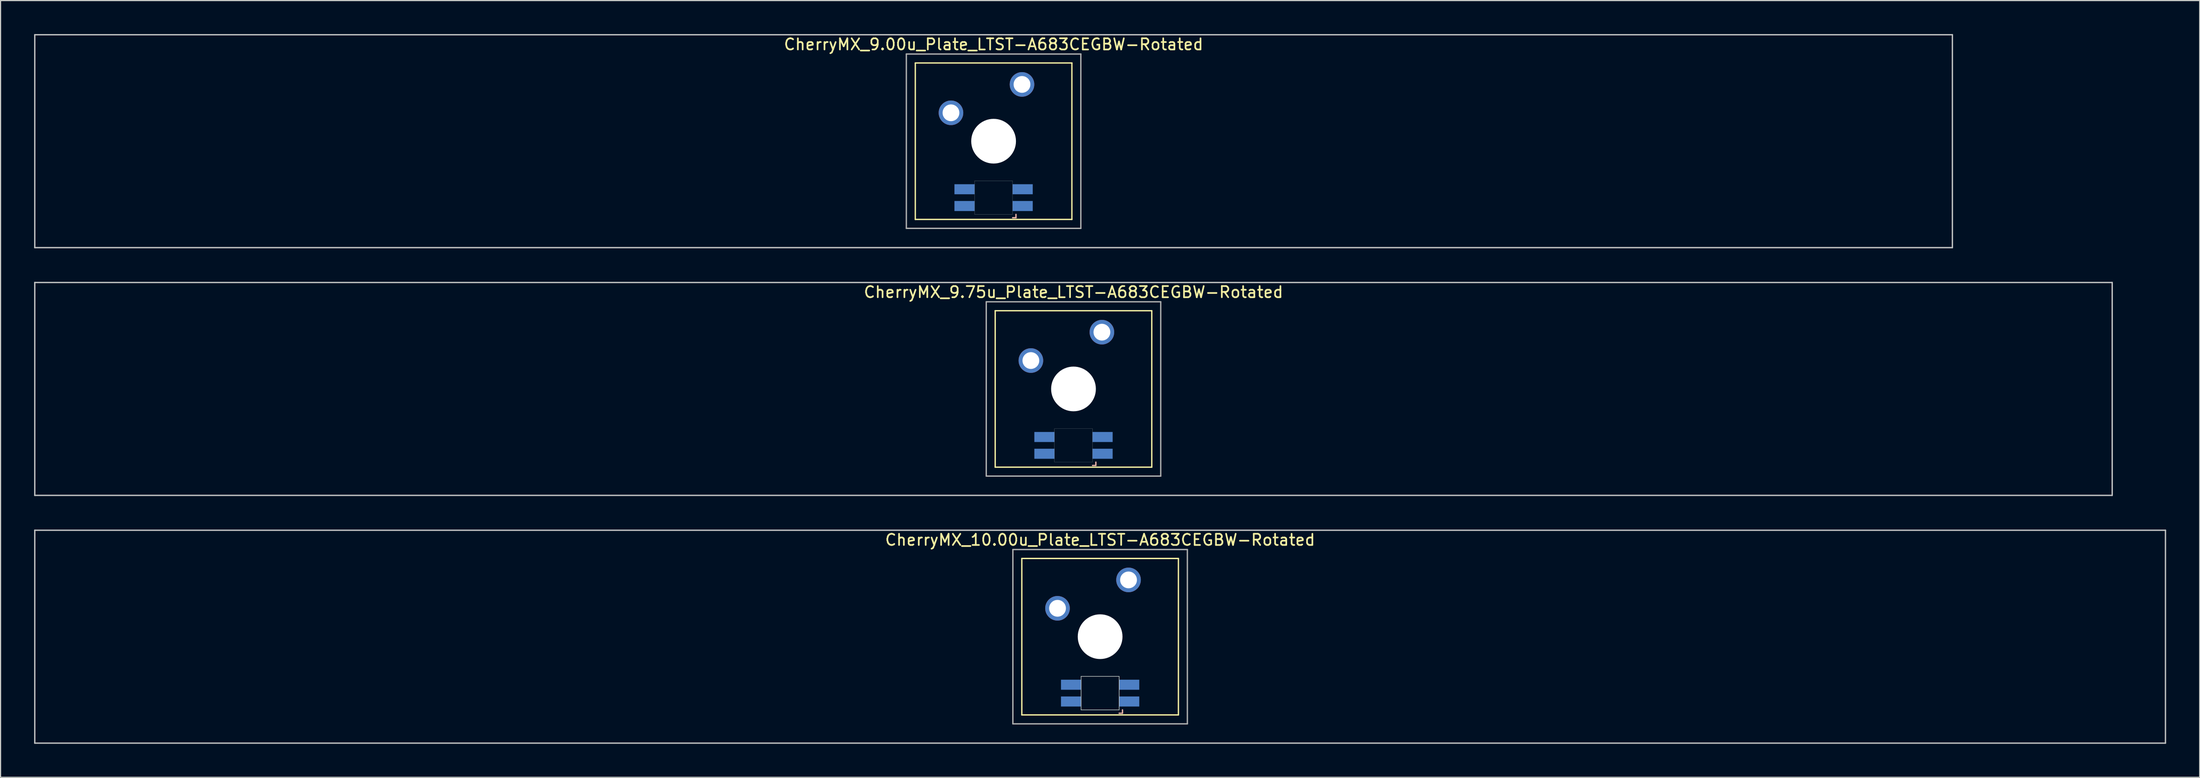
<source format=kicad_pcb>
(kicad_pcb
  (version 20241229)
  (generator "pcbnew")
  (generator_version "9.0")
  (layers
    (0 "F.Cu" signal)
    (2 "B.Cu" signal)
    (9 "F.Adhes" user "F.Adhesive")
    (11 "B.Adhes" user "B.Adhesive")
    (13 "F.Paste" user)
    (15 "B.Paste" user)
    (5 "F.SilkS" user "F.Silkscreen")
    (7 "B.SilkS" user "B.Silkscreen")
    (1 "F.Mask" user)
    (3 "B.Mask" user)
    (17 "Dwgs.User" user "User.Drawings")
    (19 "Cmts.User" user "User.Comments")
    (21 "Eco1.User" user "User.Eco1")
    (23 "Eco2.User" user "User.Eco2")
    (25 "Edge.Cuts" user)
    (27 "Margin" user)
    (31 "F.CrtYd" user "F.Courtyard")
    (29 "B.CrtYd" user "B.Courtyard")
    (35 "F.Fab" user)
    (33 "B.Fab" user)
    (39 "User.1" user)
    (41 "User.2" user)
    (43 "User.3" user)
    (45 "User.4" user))
  (footprint "CherryMX_9.75u_Plate_LTST-A683CEGBW-Rotated"
    (layer "F.Cu")
    (at 92.929 31.755)
    (property "Reference" "CherryMX_9.75u_Plate_LTST-A683CEGBW-Rotated" (at 0 -8.662 0) (layer "F.SilkS") (effects (font (size 1 1) (thickness 0.15))))
    (attr through_hole)
    (fp_line (start -7 -7) (end -7 7) (stroke (width 0.12) (type solid)) (layer "F.SilkS"))
    (fp_line (start -7 -7) (end 7 -7) (stroke (width 0.12) (type solid)) (layer "F.SilkS"))
    (fp_line (start 7 -7) (end 7 7) (stroke (width 0.12) (type solid)) (layer "F.SilkS"))
    (fp_line (start 7 7) (end -7 7) (stroke (width 0.12) (type solid)) (layer "F.SilkS"))
    (fp_line (start 1.7 6.85) (end 2 6.85) (stroke (width 0.12) (type solid)) (layer "B.SilkS"))
    (fp_line (start 2 6.85) (end 2 6.55) (stroke (width 0.12) (type solid)) (layer "B.SilkS"))
    (fp_line (start -92.869 -9.525) (end 92.869 -9.525) (stroke (width 0.12) (type solid)) (layer "Dwgs.User"))
    (fp_line (start -92.869 9.525) (end -92.869 -9.525) (stroke (width 0.12) (type solid)) (layer "Dwgs.User"))
    (fp_line (start 92.869 -9.525) (end 92.869 9.525) (stroke (width 0.12) (type solid)) (layer "Dwgs.User"))
    (fp_line (start 92.869 9.525) (end -92.869 9.525) (stroke (width 0.12) (type solid)) (layer "Dwgs.User"))
    (fp_poly (pts (xy -1.7 3.55) (xy 1.7 3.55) (xy 1.7 6.55) (xy -1.7 6.55)) (stroke (width 0.01) (type solid)) (fill no) (layer "Edge.Cuts"))
    (fp_line (start -7.8 -7.8) (end -7.8 7.8) (stroke (width 0.12) (type solid)) (layer "F.Fab"))
    (fp_line (start -7.8 -7.8) (end 7.8 -7.8) (stroke (width 0.12) (type solid)) (layer "F.Fab"))
    (fp_line (start -7.8 7.8) (end 7.8 7.8) (stroke (width 0.12) (type solid)) (layer "F.Fab"))
    (fp_line (start 7.8 -7.8) (end 7.8 7.8) (stroke (width 0.12) (type solid)) (layer "F.Fab"))
    (pad "" np_thru_hole circle (at 0 0) (size 4 4) (drill 4) (layers "*.Cu" "*.Mask"))
    (pad "1" thru_hole circle (at -3.81 -2.54) (size 2.2 2.2) (drill 1.5) (layers "*.Cu" "*.Mask"))
    (pad "2" thru_hole circle (at 2.54 -5.08) (size 2.2 2.2) (drill 1.5) (layers "*.Cu" "*.Mask"))
    (pad "3" smd rect (at 2.6 5.8 180) (size 1.8 0.9) (layers "B.Cu" "B.Mask" "B.Paste"))
    (pad "4" smd rect (at 2.6 4.3 180) (size 1.8 0.9) (layers "B.Cu" "B.Mask" "B.Paste"))
    (pad "5" smd rect (at -2.6 5.8 180) (size 1.8 0.9) (layers "B.Cu" "B.Mask" "B.Paste"))
    (pad "6" smd rect (at -2.6 4.3 180) (size 1.8 0.9) (layers "B.Cu" "B.Mask" "B.Paste")))
  (footprint "CherryMX_10.00u_Plate_LTST-A683CEGBW-Rotated"
    (layer "F.Cu")
    (at 95.31 53.925)
    (property "Reference" "CherryMX_10.00u_Plate_LTST-A683CEGBW-Rotated" (at 0 -8.662 0) (layer "F.SilkS") (effects (font (size 1 1) (thickness 0.15))))
    (attr through_hole)
    (fp_line (start -7 -7) (end -7 7) (stroke (width 0.12) (type solid)) (layer "F.SilkS"))
    (fp_line (start -7 -7) (end 7 -7) (stroke (width 0.12) (type solid)) (layer "F.SilkS"))
    (fp_line (start 7 -7) (end 7 7) (stroke (width 0.12) (type solid)) (layer "F.SilkS"))
    (fp_line (start 7 7) (end -7 7) (stroke (width 0.12) (type solid)) (layer "F.SilkS"))
    (fp_line (start 1.7 6.85) (end 2 6.85) (stroke (width 0.12) (type solid)) (layer "B.SilkS"))
    (fp_line (start 2 6.85) (end 2 6.55) (stroke (width 0.12) (type solid)) (layer "B.SilkS"))
    (fp_line (start -95.25 -9.525) (end 95.25 -9.525) (stroke (width 0.12) (type solid)) (layer "Dwgs.User"))
    (fp_line (start -95.25 9.525) (end -95.25 -9.525) (stroke (width 0.12) (type solid)) (layer "Dwgs.User"))
    (fp_line (start 95.25 -9.525) (end 95.25 9.525) (stroke (width 0.12) (type solid)) (layer "Dwgs.User"))
    (fp_line (start 95.25 9.525) (end -95.25 9.525) (stroke (width 0.12) (type solid)) (layer "Dwgs.User"))
    (fp_line (start -1.7 3.55) (end 1.7 3.55) (stroke (width 0.05) (type solid)) (layer "Edge.Cuts"))
    (fp_line (start -1.7 6.55) (end -1.7 3.55) (stroke (width 0.05) (type solid)) (layer "Edge.Cuts"))
    (fp_line (start 1.7 3.55) (end 1.7 6.55) (stroke (width 0.05) (type solid)) (layer "Edge.Cuts"))
    (fp_line (start 1.7 6.55) (end -1.7 6.55) (stroke (width 0.05) (type solid)) (layer "Edge.Cuts"))
    (fp_line (start -7.8 -7.8) (end -7.8 7.8) (stroke (width 0.12) (type solid)) (layer "F.Fab"))
    (fp_line (start -7.8 -7.8) (end 7.8 -7.8) (stroke (width 0.12) (type solid)) (layer "F.Fab"))
    (fp_line (start -7.8 7.8) (end 7.8 7.8) (stroke (width 0.12) (type solid)) (layer "F.Fab"))
    (fp_line (start 7.8 -7.8) (end 7.8 7.8) (stroke (width 0.12) (type solid)) (layer "F.Fab"))
    (pad "" np_thru_hole circle (at 0 0) (size 4 4) (drill 4) (layers "*.Cu" "*.Mask"))
    (pad "1" thru_hole circle (at -3.81 -2.54) (size 2.2 2.2) (drill 1.5) (layers "*.Cu" "*.Mask"))
    (pad "2" thru_hole circle (at 2.54 -5.08) (size 2.2 2.2) (drill 1.5) (layers "*.Cu" "*.Mask"))
    (pad "3" smd rect (at 2.6 5.8) (size 1.8 0.9) (layers "B.Cu" "B.Mask" "B.Paste"))
    (pad "4" smd rect (at 2.6 4.3) (size 1.8 0.9) (layers "B.Cu" "B.Mask" "B.Paste"))
    (pad "5" smd rect (at -2.6 5.8) (size 1.8 0.9) (layers "B.Cu" "B.Mask" "B.Paste"))
    (pad "6" smd rect (at -2.6 4.3) (size 1.8 0.9) (layers "B.Cu" "B.Mask" "B.Paste")))
  (footprint "CherryMX_9.00u_Plate_LTST-A683CEGBW-Rotated"
    (layer "F.Cu")
    (at 85.785 9.585)
    (property "Reference" "CherryMX_9.00u_Plate_LTST-A683CEGBW-Rotated" (at 0 -8.662 0) (layer "F.SilkS") (effects (font (size 1 1) (thickness 0.15))))
    (attr through_hole)
    (fp_line (start -7 -7) (end -7 7) (stroke (width 0.12) (type solid)) (layer "F.SilkS"))
    (fp_line (start -7 -7) (end 7 -7) (stroke (width 0.12) (type solid)) (layer "F.SilkS"))
    (fp_line (start 7 -7) (end 7 7) (stroke (width 0.12) (type solid)) (layer "F.SilkS"))
    (fp_line (start 7 7) (end -7 7) (stroke (width 0.12) (type solid)) (layer "F.SilkS"))
    (fp_line (start 1.7 6.85) (end 2 6.85) (stroke (width 0.12) (type solid)) (layer "B.SilkS"))
    (fp_line (start 2 6.85) (end 2 6.55) (stroke (width 0.12) (type solid)) (layer "B.SilkS"))
    (fp_line (start -85.725 -9.525) (end 85.725 -9.525) (stroke (width 0.12) (type solid)) (layer "Dwgs.User"))
    (fp_line (start -85.725 9.525) (end -85.725 -9.525) (stroke (width 0.12) (type solid)) (layer "Dwgs.User"))
    (fp_line (start 85.725 -9.525) (end 85.725 9.525) (stroke (width 0.12) (type solid)) (layer "Dwgs.User"))
    (fp_line (start 85.725 9.525) (end -85.725 9.525) (stroke (width 0.12) (type solid)) (layer "Dwgs.User"))
    (fp_poly (pts (xy -1.7 3.55) (xy 1.7 3.55) (xy 1.7 6.55) (xy -1.7 6.55)) (stroke (width 0.01) (type solid)) (fill no) (layer "Edge.Cuts"))
    (fp_line (start -7.8 -7.8) (end -7.8 7.8) (stroke (width 0.12) (type solid)) (layer "F.Fab"))
    (fp_line (start -7.8 -7.8) (end 7.8 -7.8) (stroke (width 0.12) (type solid)) (layer "F.Fab"))
    (fp_line (start -7.8 7.8) (end 7.8 7.8) (stroke (width 0.12) (type solid)) (layer "F.Fab"))
    (fp_line (start 7.8 -7.8) (end 7.8 7.8) (stroke (width 0.12) (type solid)) (layer "F.Fab"))
    (pad "" np_thru_hole circle (at 0 0) (size 4 4) (drill 4) (layers "*.Cu" "*.Mask"))
    (pad "1" thru_hole circle (at -3.81 -2.54) (size 2.2 2.2) (drill 1.5) (layers "*.Cu" "*.Mask"))
    (pad "2" thru_hole circle (at 2.54 -5.08) (size 2.2 2.2) (drill 1.5) (layers "*.Cu" "*.Mask"))
    (pad "3" smd rect (at 2.6 5.8 180) (size 1.8 0.9) (layers "B.Cu" "B.Mask" "B.Paste"))
    (pad "4" smd rect (at 2.6 4.3 180) (size 1.8 0.9) (layers "B.Cu" "B.Mask" "B.Paste"))
    (pad "5" smd rect (at -2.6 5.8 180) (size 1.8 0.9) (layers "B.Cu" "B.Mask" "B.Paste"))
    (pad "6" smd rect (at -2.6 4.3 180) (size 1.8 0.9) (layers "B.Cu" "B.Mask" "B.Paste")))
  (gr_rect
    (start -3 -3)
    (end 193.62 66.51)
    (stroke (width 0.1) (type default))
    (fill no)
    (layer "Edge.Cuts")))
</source>
